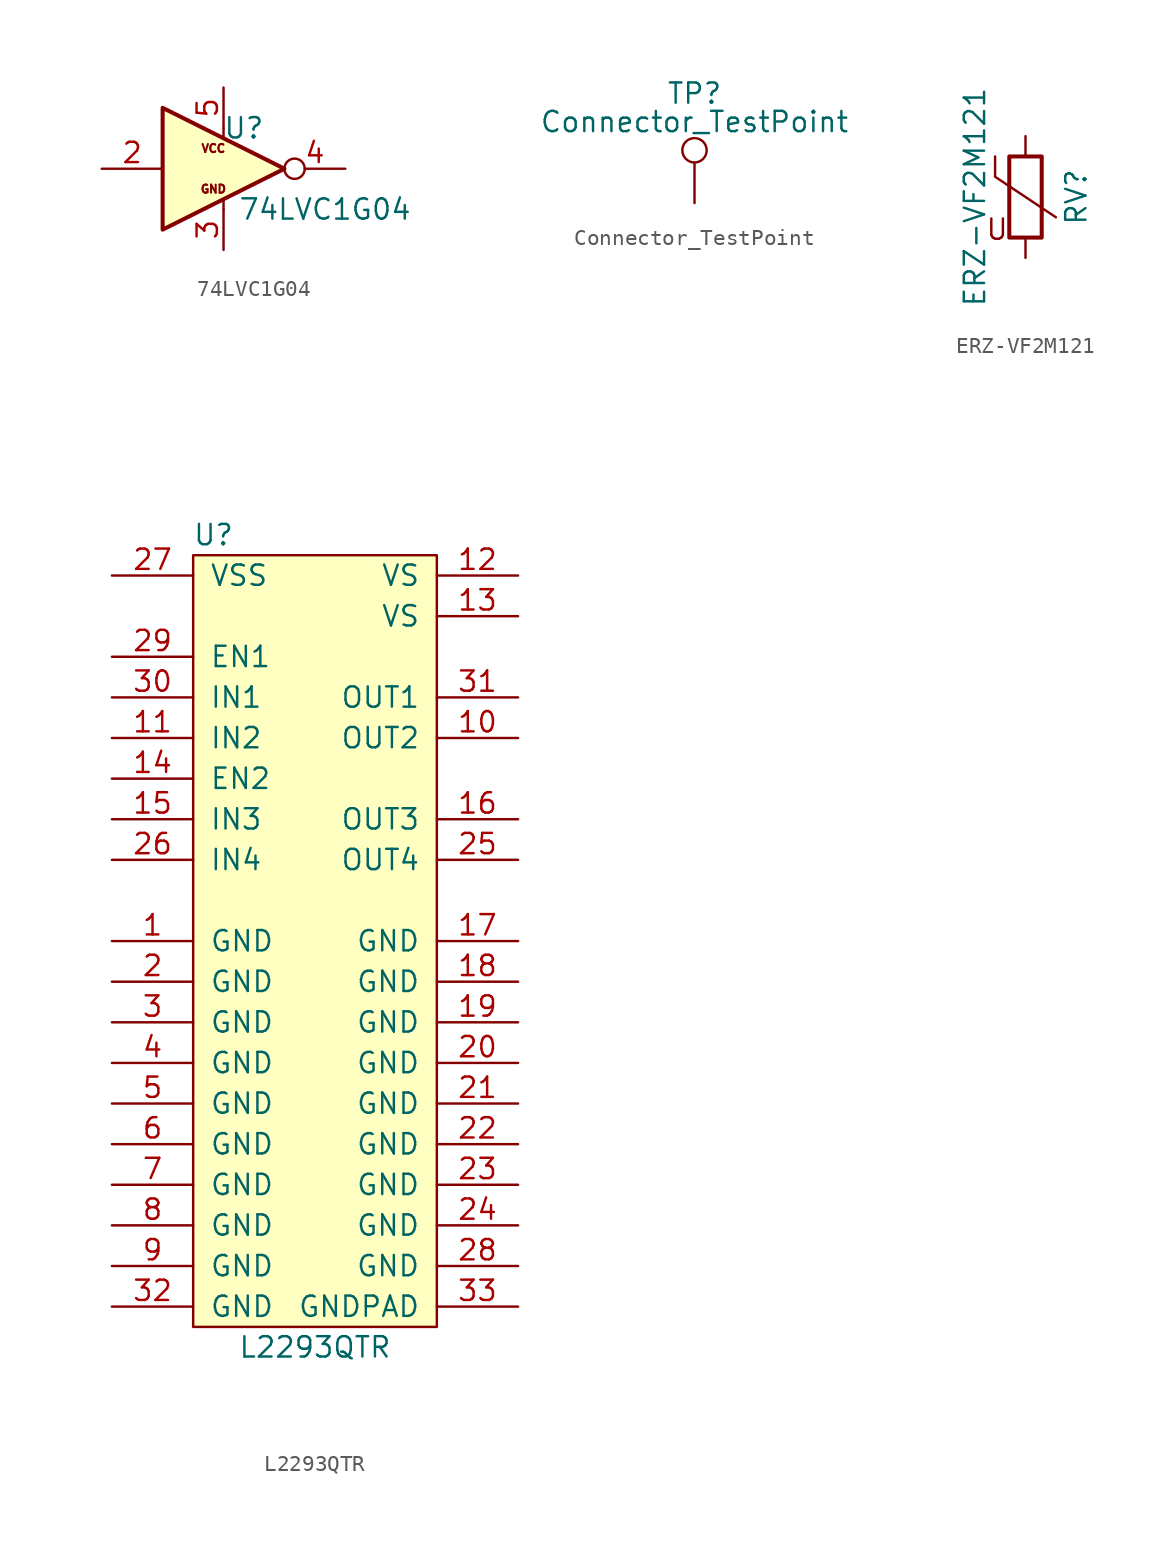
<source format=kicad_sym>
(kicad_symbol_lib
  (version 20211014)
  (generator kicad_symbol_editor)
  (symbol "74LVC1G04"
    (property "Reference" "U"
      (at 1.27 2.54 0)
      (effects (font (size 1.27 1.27))))
    (property "Value" "74LVC1G04"
      (at 6.35 -2.54 0)
      (effects (font (size 1.27 1.27))))
    (symbol "74LVC1G04_0_0"
      (text "GND" (at -0.635 -1.27 0) (effects (font (size 0.508 0.508))))
      (text "VCC" (at -0.635 1.27 0) (effects (font (size 0.508 0.508)))))
    (symbol "74LVC1G04_0_1"
      (polyline (pts (xy 0 -2.54) (xy 0 -1.905)) (stroke (width 0) (type default) (color 0 0 0 0)) (fill (type none)))
      (polyline (pts (xy 0 2.54) (xy 0 1.905)) (stroke (width 0) (type default) (color 0 0 0 0)) (fill (type none))))
    (symbol "74LVC1G04_1_0"
      (polyline (pts (xy -3.81 3.81) (xy -3.81 -3.81) (xy 3.81 0) (xy -3.81 3.81)) (stroke (width 0.254) (type default) (color 0 0 0 0)) (fill (type background)))
      (pin input line (at -7.62 0 0) (length 3.81) (name "~" (effects (font (size 1.27 1.27)))) (number "2" (effects (font (size 1.27 1.27)))))
      (pin output inverted (at 7.62 0 180) (length 3.81) (name "~" (effects (font (size 1.27 1.27)))) (number "4" (effects (font (size 1.27 1.27))))))
    (symbol "74LVC1G04_1_1"
      (pin power_in line (at 0 -5.08 90) (length 2.54) (name "~" (effects (font (size 0.508 0.508)))) (number "3" (effects (font (size 1.27 1.27)))))
      (pin power_in line (at 0 5.08 270) (length 2.54) (name "~" (effects (font (size 0.508 0.508)))) (number "5" (effects (font (size 1.27 1.27)))))))
  (symbol "Connector_TestPoint"
    (pin_numbers hide)
    (pin_names
      (offset 0.762) hide)
    (property "Reference" "TP"
      (at 0 6.858 0)
      (effects (font (size 1.27 1.27))))
    (property "Value" "Connector_TestPoint"
      (at 0 5.08 0)
      (effects (font (size 1.27 1.27))))
    (symbol "Connector_TestPoint_0_1"
      (circle (center 0 3.302) (radius 0.762) (stroke (width 0) (type default) (color 0 0 0 0)) (fill (type none))))
    (symbol "Connector_TestPoint_1_1"
      (pin passive line (at 0 0 90) (length 2.54) (name "1" (effects (font (size 1.27 1.27)))) (number "1" (effects (font (size 1.27 1.27)))))))
  (symbol "ERZ-VF2M121"
    (pin_numbers hide)
    (pin_names
      (offset 0))
    (property "Reference" "RV"
      (at 3.175 0 90)
      (effects (font (size 1.27 1.27))))
    (property "Value" "ERZ-VF2M121"
      (at -3.175 0 90)
      (effects (font (size 1.27 1.27))))
    (symbol "ERZ-VF2M121_0_0"
      (text "U" (at -1.778 -2.032 0) (effects (font (size 1.27 1.27)))))
    (symbol "ERZ-VF2M121_0_1"
      (rectangle (start -1.016 -2.54) (end 1.016 2.54) (stroke (width 0.254) (type default) (color 0 0 0 0)) (fill (type none)))
      (polyline (pts (xy -1.905 2.54) (xy -1.905 1.27) (xy 1.905 -1.27)) (stroke (width 0) (type default) (color 0 0 0 0)) (fill (type none))))
    (symbol "ERZ-VF2M121_1_1"
      (pin passive line (at 0 3.81 270) (length 1.27) (name "~" (effects (font (size 1.27 1.27)))) (number "1" (effects (font (size 1.27 1.27)))))
      (pin passive line (at 0 -3.81 90) (length 1.27) (name "~" (effects (font (size 1.27 1.27)))) (number "2" (effects (font (size 1.27 1.27)))))))
  (symbol "L2293QTR"
    (pin_names
      (offset 1.016))
    (property "Reference" "U"
      (at 6.35 48.26 0)
      (effects (font (size 1.27 1.27))))
    (property "Value" "L2293QTR"
      (at 12.7 -2.54 0)
      (effects (font (size 1.27 1.27))))
    (symbol "L2293QTR_0_1"
      (rectangle (start 5.08 46.99) (end 20.32 -1.27) (stroke (width 0) (type default) (color 0 0 0 0)) (fill (type background))))
    (symbol "L2293QTR_1_1"
      (pin unspecified line (at 0 22.86 0) (length 5.08) (name "GND" (effects (font (size 1.27 1.27)))) (number "1" (effects (font (size 1.27 1.27)))))
      (pin unspecified line (at 25.4 35.56 180) (length 5.08) (name "OUT2" (effects (font (size 1.27 1.27)))) (number "10" (effects (font (size 1.27 1.27)))))
      (pin unspecified line (at 0 35.56 0) (length 5.08) (name "IN2" (effects (font (size 1.27 1.27)))) (number "11" (effects (font (size 1.27 1.27)))))
      (pin unspecified line (at 25.4 45.72 180) (length 5.08) (name "VS" (effects (font (size 1.27 1.27)))) (number "12" (effects (font (size 1.27 1.27)))))
      (pin unspecified line (at 25.4 43.18 180) (length 5.08) (name "VS" (effects (font (size 1.27 1.27)))) (number "13" (effects (font (size 1.27 1.27)))))
      (pin unspecified line (at 0 33.02 0) (length 5.08) (name "EN2" (effects (font (size 1.27 1.27)))) (number "14" (effects (font (size 1.27 1.27)))))
      (pin unspecified line (at 0 30.48 0) (length 5.08) (name "IN3" (effects (font (size 1.27 1.27)))) (number "15" (effects (font (size 1.27 1.27)))))
      (pin unspecified line (at 25.4 30.48 180) (length 5.08) (name "OUT3" (effects (font (size 1.27 1.27)))) (number "16" (effects (font (size 1.27 1.27)))))
      (pin unspecified line (at 25.4 22.86 180) (length 5.08) (name "GND" (effects (font (size 1.27 1.27)))) (number "17" (effects (font (size 1.27 1.27)))))
      (pin unspecified line (at 25.4 20.32 180) (length 5.08) (name "GND" (effects (font (size 1.27 1.27)))) (number "18" (effects (font (size 1.27 1.27)))))
      (pin unspecified line (at 25.4 17.78 180) (length 5.08) (name "GND" (effects (font (size 1.27 1.27)))) (number "19" (effects (font (size 1.27 1.27)))))
      (pin unspecified line (at 0 20.32 0) (length 5.08) (name "GND" (effects (font (size 1.27 1.27)))) (number "2" (effects (font (size 1.27 1.27)))))
      (pin unspecified line (at 25.4 15.24 180) (length 5.08) (name "GND" (effects (font (size 1.27 1.27)))) (number "20" (effects (font (size 1.27 1.27)))))
      (pin unspecified line (at 25.4 12.7 180) (length 5.08) (name "GND" (effects (font (size 1.27 1.27)))) (number "21" (effects (font (size 1.27 1.27)))))
      (pin unspecified line (at 25.4 10.16 180) (length 5.08) (name "GND" (effects (font (size 1.27 1.27)))) (number "22" (effects (font (size 1.27 1.27)))))
      (pin unspecified line (at 25.4 7.62 180) (length 5.08) (name "GND" (effects (font (size 1.27 1.27)))) (number "23" (effects (font (size 1.27 1.27)))))
      (pin unspecified line (at 25.4 5.08 180) (length 5.08) (name "GND" (effects (font (size 1.27 1.27)))) (number "24" (effects (font (size 1.27 1.27)))))
      (pin unspecified line (at 25.4 27.94 180) (length 5.08) (name "OUT4" (effects (font (size 1.27 1.27)))) (number "25" (effects (font (size 1.27 1.27)))))
      (pin unspecified line (at 0 27.94 0) (length 5.08) (name "IN4" (effects (font (size 1.27 1.27)))) (number "26" (effects (font (size 1.27 1.27)))))
      (pin unspecified line (at 0 45.72 0) (length 5.08) (name "VSS" (effects (font (size 1.27 1.27)))) (number "27" (effects (font (size 1.27 1.27)))))
      (pin unspecified line (at 25.4 2.54 180) (length 5.08) (name "GND" (effects (font (size 1.27 1.27)))) (number "28" (effects (font (size 1.27 1.27)))))
      (pin unspecified line (at 0 40.64 0) (length 5.08) (name "EN1" (effects (font (size 1.27 1.27)))) (number "29" (effects (font (size 1.27 1.27)))))
      (pin unspecified line (at 0 17.78 0) (length 5.08) (name "GND" (effects (font (size 1.27 1.27)))) (number "3" (effects (font (size 1.27 1.27)))))
      (pin unspecified line (at 0 38.1 0) (length 5.08) (name "IN1" (effects (font (size 1.27 1.27)))) (number "30" (effects (font (size 1.27 1.27)))))
      (pin unspecified line (at 25.4 38.1 180) (length 5.08) (name "OUT1" (effects (font (size 1.27 1.27)))) (number "31" (effects (font (size 1.27 1.27)))))
      (pin unspecified line (at 0 0 0) (length 5.08) (name "GND" (effects (font (size 1.27 1.27)))) (number "32" (effects (font (size 1.27 1.27)))))
      (pin unspecified line (at 25.4 0 180) (length 5.08) (name "GNDPAD" (effects (font (size 1.27 1.27)))) (number "33" (effects (font (size 1.27 1.27)))))
      (pin unspecified line (at 0 15.24 0) (length 5.08) (name "GND" (effects (font (size 1.27 1.27)))) (number "4" (effects (font (size 1.27 1.27)))))
      (pin unspecified line (at 0 12.7 0) (length 5.08) (name "GND" (effects (font (size 1.27 1.27)))) (number "5" (effects (font (size 1.27 1.27)))))
      (pin unspecified line (at 0 10.16 0) (length 5.08) (name "GND" (effects (font (size 1.27 1.27)))) (number "6" (effects (font (size 1.27 1.27)))))
      (pin unspecified line (at 0 7.62 0) (length 5.08) (name "GND" (effects (font (size 1.27 1.27)))) (number "7" (effects (font (size 1.27 1.27)))))
      (pin unspecified line (at 0 5.08 0) (length 5.08) (name "GND" (effects (font (size 1.27 1.27)))) (number "8" (effects (font (size 1.27 1.27)))))
      (pin unspecified line (at 0 2.54 0) (length 5.08) (name "GND" (effects (font (size 1.27 1.27)))) (number "9" (effects (font (size 1.27 1.27))))))))
</source>
